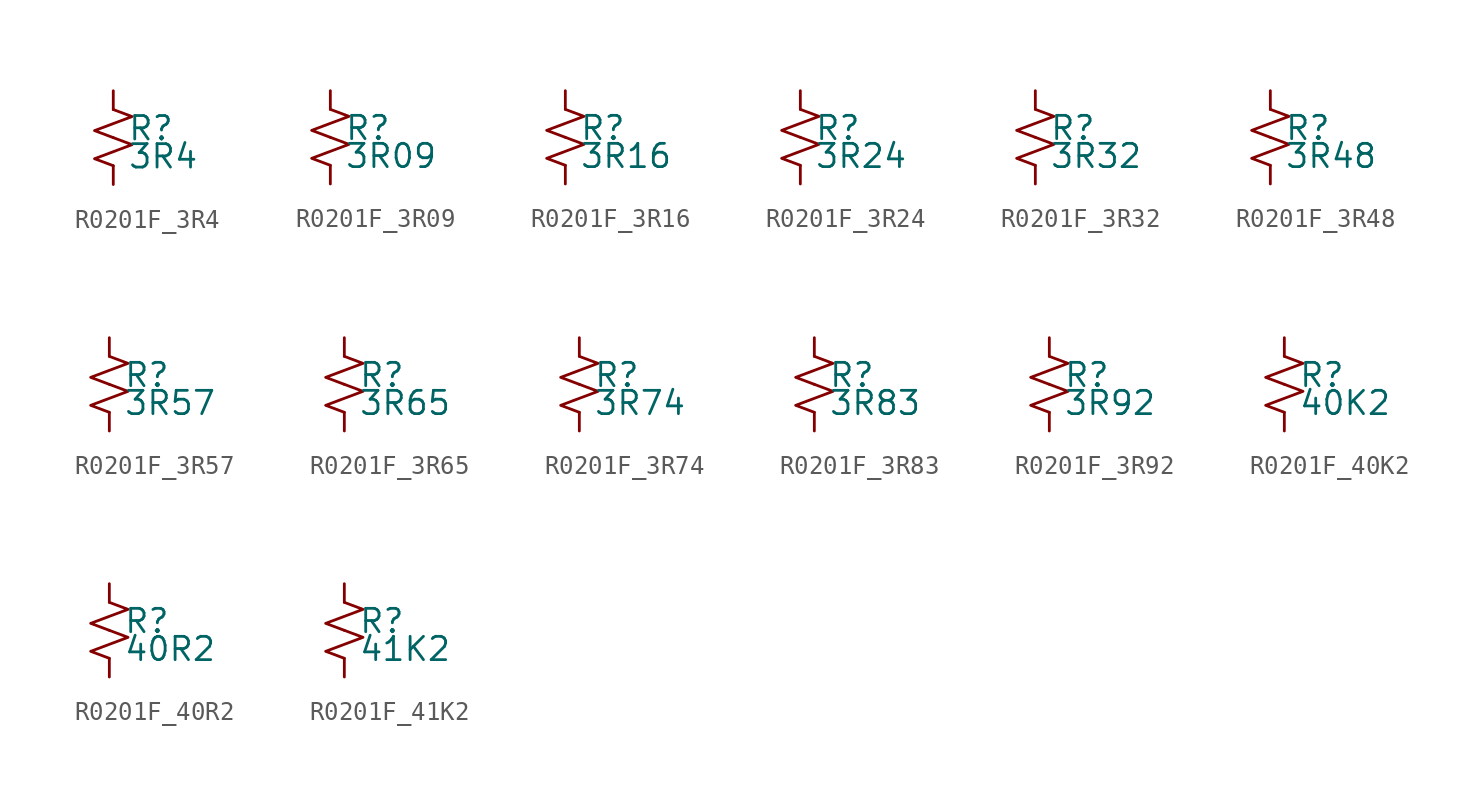
<source format=kicad_sym>
(kicad_symbol_lib
  (version 20220914)
  (generator kicad_symbol_editor)
  (symbol "R0201F_3R4"
    (pin_numbers hide)
    (pin_names
      (offset 0.254) hide)
    (property "Reference" "R"
      (at 0.762 0.508 0)
      (effects (font (size 1.27 1.27)) (justify left)))
    (property "Value" "3R4"
      (at 0.762 -1.016 0)
      (effects (font (size 1.27 1.27)) (justify left)))
    (symbol "R0201F_3R4_1_1"
      (polyline (pts (xy 0 0) (xy 1.016 -0.381) (xy 0 -0.762) (xy -1.016 -1.143) (xy 0 -1.524)) (stroke (width 0) (type default)) (fill (type none)))
      (polyline (pts (xy 0 1.524) (xy 1.016 1.143) (xy 0 0.762) (xy -1.016 0.381) (xy 0 0)) (stroke (width 0) (type default)) (fill (type none)))
      (pin passive line (at 0 2.54 270) (length 1.016) (name "~" (effects (font (size 1.27 1.27)))) (number "1" (effects (font (size 1.27 1.27)))))
      (pin passive line (at 0 -2.54 90) (length 1.016) (name "~" (effects (font (size 1.27 1.27)))) (number "2" (effects (font (size 1.27 1.27)))))))
  (symbol "R0201F_3R09"
    (pin_numbers hide)
    (pin_names
      (offset 0.254) hide)
    (property "Reference" "R"
      (at 0.762 0.508 0)
      (effects (font (size 1.27 1.27)) (justify left)))
    (property "Value" "3R09"
      (at 0.762 -1.016 0)
      (effects (font (size 1.27 1.27)) (justify left)))
    (symbol "R0201F_3R09_1_1"
      (polyline (pts (xy 0 0) (xy 1.016 -0.381) (xy 0 -0.762) (xy -1.016 -1.143) (xy 0 -1.524)) (stroke (width 0) (type default)) (fill (type none)))
      (polyline (pts (xy 0 1.524) (xy 1.016 1.143) (xy 0 0.762) (xy -1.016 0.381) (xy 0 0)) (stroke (width 0) (type default)) (fill (type none)))
      (pin passive line (at 0 2.54 270) (length 1.016) (name "~" (effects (font (size 1.27 1.27)))) (number "1" (effects (font (size 1.27 1.27)))))
      (pin passive line (at 0 -2.54 90) (length 1.016) (name "~" (effects (font (size 1.27 1.27)))) (number "2" (effects (font (size 1.27 1.27)))))))
  (symbol "R0201F_3R16"
    (pin_numbers hide)
    (pin_names
      (offset 0.254) hide)
    (property "Reference" "R"
      (at 0.762 0.508 0)
      (effects (font (size 1.27 1.27)) (justify left)))
    (property "Value" "3R16"
      (at 0.762 -1.016 0)
      (effects (font (size 1.27 1.27)) (justify left)))
    (symbol "R0201F_3R16_1_1"
      (polyline (pts (xy 0 0) (xy 1.016 -0.381) (xy 0 -0.762) (xy -1.016 -1.143) (xy 0 -1.524)) (stroke (width 0) (type default)) (fill (type none)))
      (polyline (pts (xy 0 1.524) (xy 1.016 1.143) (xy 0 0.762) (xy -1.016 0.381) (xy 0 0)) (stroke (width 0) (type default)) (fill (type none)))
      (pin passive line (at 0 2.54 270) (length 1.016) (name "~" (effects (font (size 1.27 1.27)))) (number "1" (effects (font (size 1.27 1.27)))))
      (pin passive line (at 0 -2.54 90) (length 1.016) (name "~" (effects (font (size 1.27 1.27)))) (number "2" (effects (font (size 1.27 1.27)))))))
  (symbol "R0201F_3R24"
    (pin_numbers hide)
    (pin_names
      (offset 0.254) hide)
    (property "Reference" "R"
      (at 0.762 0.508 0)
      (effects (font (size 1.27 1.27)) (justify left)))
    (property "Value" "3R24"
      (at 0.762 -1.016 0)
      (effects (font (size 1.27 1.27)) (justify left)))
    (symbol "R0201F_3R24_1_1"
      (polyline (pts (xy 0 0) (xy 1.016 -0.381) (xy 0 -0.762) (xy -1.016 -1.143) (xy 0 -1.524)) (stroke (width 0) (type default)) (fill (type none)))
      (polyline (pts (xy 0 1.524) (xy 1.016 1.143) (xy 0 0.762) (xy -1.016 0.381) (xy 0 0)) (stroke (width 0) (type default)) (fill (type none)))
      (pin passive line (at 0 2.54 270) (length 1.016) (name "~" (effects (font (size 1.27 1.27)))) (number "1" (effects (font (size 1.27 1.27)))))
      (pin passive line (at 0 -2.54 90) (length 1.016) (name "~" (effects (font (size 1.27 1.27)))) (number "2" (effects (font (size 1.27 1.27)))))))
  (symbol "R0201F_3R32"
    (pin_numbers hide)
    (pin_names
      (offset 0.254) hide)
    (property "Reference" "R"
      (at 0.762 0.508 0)
      (effects (font (size 1.27 1.27)) (justify left)))
    (property "Value" "3R32"
      (at 0.762 -1.016 0)
      (effects (font (size 1.27 1.27)) (justify left)))
    (symbol "R0201F_3R32_1_1"
      (polyline (pts (xy 0 0) (xy 1.016 -0.381) (xy 0 -0.762) (xy -1.016 -1.143) (xy 0 -1.524)) (stroke (width 0) (type default)) (fill (type none)))
      (polyline (pts (xy 0 1.524) (xy 1.016 1.143) (xy 0 0.762) (xy -1.016 0.381) (xy 0 0)) (stroke (width 0) (type default)) (fill (type none)))
      (pin passive line (at 0 2.54 270) (length 1.016) (name "~" (effects (font (size 1.27 1.27)))) (number "1" (effects (font (size 1.27 1.27)))))
      (pin passive line (at 0 -2.54 90) (length 1.016) (name "~" (effects (font (size 1.27 1.27)))) (number "2" (effects (font (size 1.27 1.27)))))))
  (symbol "R0201F_3R48"
    (pin_numbers hide)
    (pin_names
      (offset 0.254) hide)
    (property "Reference" "R"
      (at 0.762 0.508 0)
      (effects (font (size 1.27 1.27)) (justify left)))
    (property "Value" "3R48"
      (at 0.762 -1.016 0)
      (effects (font (size 1.27 1.27)) (justify left)))
    (symbol "R0201F_3R48_1_1"
      (polyline (pts (xy 0 0) (xy 1.016 -0.381) (xy 0 -0.762) (xy -1.016 -1.143) (xy 0 -1.524)) (stroke (width 0) (type default)) (fill (type none)))
      (polyline (pts (xy 0 1.524) (xy 1.016 1.143) (xy 0 0.762) (xy -1.016 0.381) (xy 0 0)) (stroke (width 0) (type default)) (fill (type none)))
      (pin passive line (at 0 2.54 270) (length 1.016) (name "~" (effects (font (size 1.27 1.27)))) (number "1" (effects (font (size 1.27 1.27)))))
      (pin passive line (at 0 -2.54 90) (length 1.016) (name "~" (effects (font (size 1.27 1.27)))) (number "2" (effects (font (size 1.27 1.27)))))))
  (symbol "R0201F_3R57"
    (pin_numbers hide)
    (pin_names
      (offset 0.254) hide)
    (property "Reference" "R"
      (at 0.762 0.508 0)
      (effects (font (size 1.27 1.27)) (justify left)))
    (property "Value" "3R57"
      (at 0.762 -1.016 0)
      (effects (font (size 1.27 1.27)) (justify left)))
    (symbol "R0201F_3R57_1_1"
      (polyline (pts (xy 0 0) (xy 1.016 -0.381) (xy 0 -0.762) (xy -1.016 -1.143) (xy 0 -1.524)) (stroke (width 0) (type default)) (fill (type none)))
      (polyline (pts (xy 0 1.524) (xy 1.016 1.143) (xy 0 0.762) (xy -1.016 0.381) (xy 0 0)) (stroke (width 0) (type default)) (fill (type none)))
      (pin passive line (at 0 2.54 270) (length 1.016) (name "~" (effects (font (size 1.27 1.27)))) (number "1" (effects (font (size 1.27 1.27)))))
      (pin passive line (at 0 -2.54 90) (length 1.016) (name "~" (effects (font (size 1.27 1.27)))) (number "2" (effects (font (size 1.27 1.27)))))))
  (symbol "R0201F_3R65"
    (pin_numbers hide)
    (pin_names
      (offset 0.254) hide)
    (property "Reference" "R"
      (at 0.762 0.508 0)
      (effects (font (size 1.27 1.27)) (justify left)))
    (property "Value" "3R65"
      (at 0.762 -1.016 0)
      (effects (font (size 1.27 1.27)) (justify left)))
    (symbol "R0201F_3R65_1_1"
      (polyline (pts (xy 0 0) (xy 1.016 -0.381) (xy 0 -0.762) (xy -1.016 -1.143) (xy 0 -1.524)) (stroke (width 0) (type default)) (fill (type none)))
      (polyline (pts (xy 0 1.524) (xy 1.016 1.143) (xy 0 0.762) (xy -1.016 0.381) (xy 0 0)) (stroke (width 0) (type default)) (fill (type none)))
      (pin passive line (at 0 2.54 270) (length 1.016) (name "~" (effects (font (size 1.27 1.27)))) (number "1" (effects (font (size 1.27 1.27)))))
      (pin passive line (at 0 -2.54 90) (length 1.016) (name "~" (effects (font (size 1.27 1.27)))) (number "2" (effects (font (size 1.27 1.27)))))))
  (symbol "R0201F_3R74"
    (pin_numbers hide)
    (pin_names
      (offset 0.254) hide)
    (property "Reference" "R"
      (at 0.762 0.508 0)
      (effects (font (size 1.27 1.27)) (justify left)))
    (property "Value" "3R74"
      (at 0.762 -1.016 0)
      (effects (font (size 1.27 1.27)) (justify left)))
    (symbol "R0201F_3R74_1_1"
      (polyline (pts (xy 0 0) (xy 1.016 -0.381) (xy 0 -0.762) (xy -1.016 -1.143) (xy 0 -1.524)) (stroke (width 0) (type default)) (fill (type none)))
      (polyline (pts (xy 0 1.524) (xy 1.016 1.143) (xy 0 0.762) (xy -1.016 0.381) (xy 0 0)) (stroke (width 0) (type default)) (fill (type none)))
      (pin passive line (at 0 2.54 270) (length 1.016) (name "~" (effects (font (size 1.27 1.27)))) (number "1" (effects (font (size 1.27 1.27)))))
      (pin passive line (at 0 -2.54 90) (length 1.016) (name "~" (effects (font (size 1.27 1.27)))) (number "2" (effects (font (size 1.27 1.27)))))))
  (symbol "R0201F_3R83"
    (pin_numbers hide)
    (pin_names
      (offset 0.254) hide)
    (property "Reference" "R"
      (at 0.762 0.508 0)
      (effects (font (size 1.27 1.27)) (justify left)))
    (property "Value" "3R83"
      (at 0.762 -1.016 0)
      (effects (font (size 1.27 1.27)) (justify left)))
    (symbol "R0201F_3R83_1_1"
      (polyline (pts (xy 0 0) (xy 1.016 -0.381) (xy 0 -0.762) (xy -1.016 -1.143) (xy 0 -1.524)) (stroke (width 0) (type default)) (fill (type none)))
      (polyline (pts (xy 0 1.524) (xy 1.016 1.143) (xy 0 0.762) (xy -1.016 0.381) (xy 0 0)) (stroke (width 0) (type default)) (fill (type none)))
      (pin passive line (at 0 2.54 270) (length 1.016) (name "~" (effects (font (size 1.27 1.27)))) (number "1" (effects (font (size 1.27 1.27)))))
      (pin passive line (at 0 -2.54 90) (length 1.016) (name "~" (effects (font (size 1.27 1.27)))) (number "2" (effects (font (size 1.27 1.27)))))))
  (symbol "R0201F_3R92"
    (pin_numbers hide)
    (pin_names
      (offset 0.254) hide)
    (property "Reference" "R"
      (at 0.762 0.508 0)
      (effects (font (size 1.27 1.27)) (justify left)))
    (property "Value" "3R92"
      (at 0.762 -1.016 0)
      (effects (font (size 1.27 1.27)) (justify left)))
    (symbol "R0201F_3R92_1_1"
      (polyline (pts (xy 0 0) (xy 1.016 -0.381) (xy 0 -0.762) (xy -1.016 -1.143) (xy 0 -1.524)) (stroke (width 0) (type default)) (fill (type none)))
      (polyline (pts (xy 0 1.524) (xy 1.016 1.143) (xy 0 0.762) (xy -1.016 0.381) (xy 0 0)) (stroke (width 0) (type default)) (fill (type none)))
      (pin passive line (at 0 2.54 270) (length 1.016) (name "~" (effects (font (size 1.27 1.27)))) (number "1" (effects (font (size 1.27 1.27)))))
      (pin passive line (at 0 -2.54 90) (length 1.016) (name "~" (effects (font (size 1.27 1.27)))) (number "2" (effects (font (size 1.27 1.27)))))))
  (symbol "R0201F_40K2"
    (pin_numbers hide)
    (pin_names
      (offset 0.254) hide)
    (property "Reference" "R"
      (at 0.762 0.508 0)
      (effects (font (size 1.27 1.27)) (justify left)))
    (property "Value" "40K2"
      (at 0.762 -1.016 0)
      (effects (font (size 1.27 1.27)) (justify left)))
    (symbol "R0201F_40K2_1_1"
      (polyline (pts (xy 0 0) (xy 1.016 -0.381) (xy 0 -0.762) (xy -1.016 -1.143) (xy 0 -1.524)) (stroke (width 0) (type default)) (fill (type none)))
      (polyline (pts (xy 0 1.524) (xy 1.016 1.143) (xy 0 0.762) (xy -1.016 0.381) (xy 0 0)) (stroke (width 0) (type default)) (fill (type none)))
      (pin passive line (at 0 2.54 270) (length 1.016) (name "~" (effects (font (size 1.27 1.27)))) (number "1" (effects (font (size 1.27 1.27)))))
      (pin passive line (at 0 -2.54 90) (length 1.016) (name "~" (effects (font (size 1.27 1.27)))) (number "2" (effects (font (size 1.27 1.27)))))))
  (symbol "R0201F_40R2"
    (pin_numbers hide)
    (pin_names
      (offset 0.254) hide)
    (property "Reference" "R"
      (at 0.762 0.508 0)
      (effects (font (size 1.27 1.27)) (justify left)))
    (property "Value" "40R2"
      (at 0.762 -1.016 0)
      (effects (font (size 1.27 1.27)) (justify left)))
    (symbol "R0201F_40R2_1_1"
      (polyline (pts (xy 0 0) (xy 1.016 -0.381) (xy 0 -0.762) (xy -1.016 -1.143) (xy 0 -1.524)) (stroke (width 0) (type default)) (fill (type none)))
      (polyline (pts (xy 0 1.524) (xy 1.016 1.143) (xy 0 0.762) (xy -1.016 0.381) (xy 0 0)) (stroke (width 0) (type default)) (fill (type none)))
      (pin passive line (at 0 2.54 270) (length 1.016) (name "~" (effects (font (size 1.27 1.27)))) (number "1" (effects (font (size 1.27 1.27)))))
      (pin passive line (at 0 -2.54 90) (length 1.016) (name "~" (effects (font (size 1.27 1.27)))) (number "2" (effects (font (size 1.27 1.27)))))))
  (symbol "R0201F_41K2"
    (pin_numbers hide)
    (pin_names
      (offset 0.254) hide)
    (property "Reference" "R"
      (at 0.762 0.508 0)
      (effects (font (size 1.27 1.27)) (justify left)))
    (property "Value" "41K2"
      (at 0.762 -1.016 0)
      (effects (font (size 1.27 1.27)) (justify left)))
    (symbol "R0201F_41K2_1_1"
      (polyline (pts (xy 0 0) (xy 1.016 -0.381) (xy 0 -0.762) (xy -1.016 -1.143) (xy 0 -1.524)) (stroke (width 0) (type default)) (fill (type none)))
      (polyline (pts (xy 0 1.524) (xy 1.016 1.143) (xy 0 0.762) (xy -1.016 0.381) (xy 0 0)) (stroke (width 0) (type default)) (fill (type none)))
      (pin passive line (at 0 2.54 270) (length 1.016) (name "~" (effects (font (size 1.27 1.27)))) (number "1" (effects (font (size 1.27 1.27)))))
      (pin passive line (at 0 -2.54 90) (length 1.016) (name "~" (effects (font (size 1.27 1.27)))) (number "2" (effects (font (size 1.27 1.27))))))))
</source>
